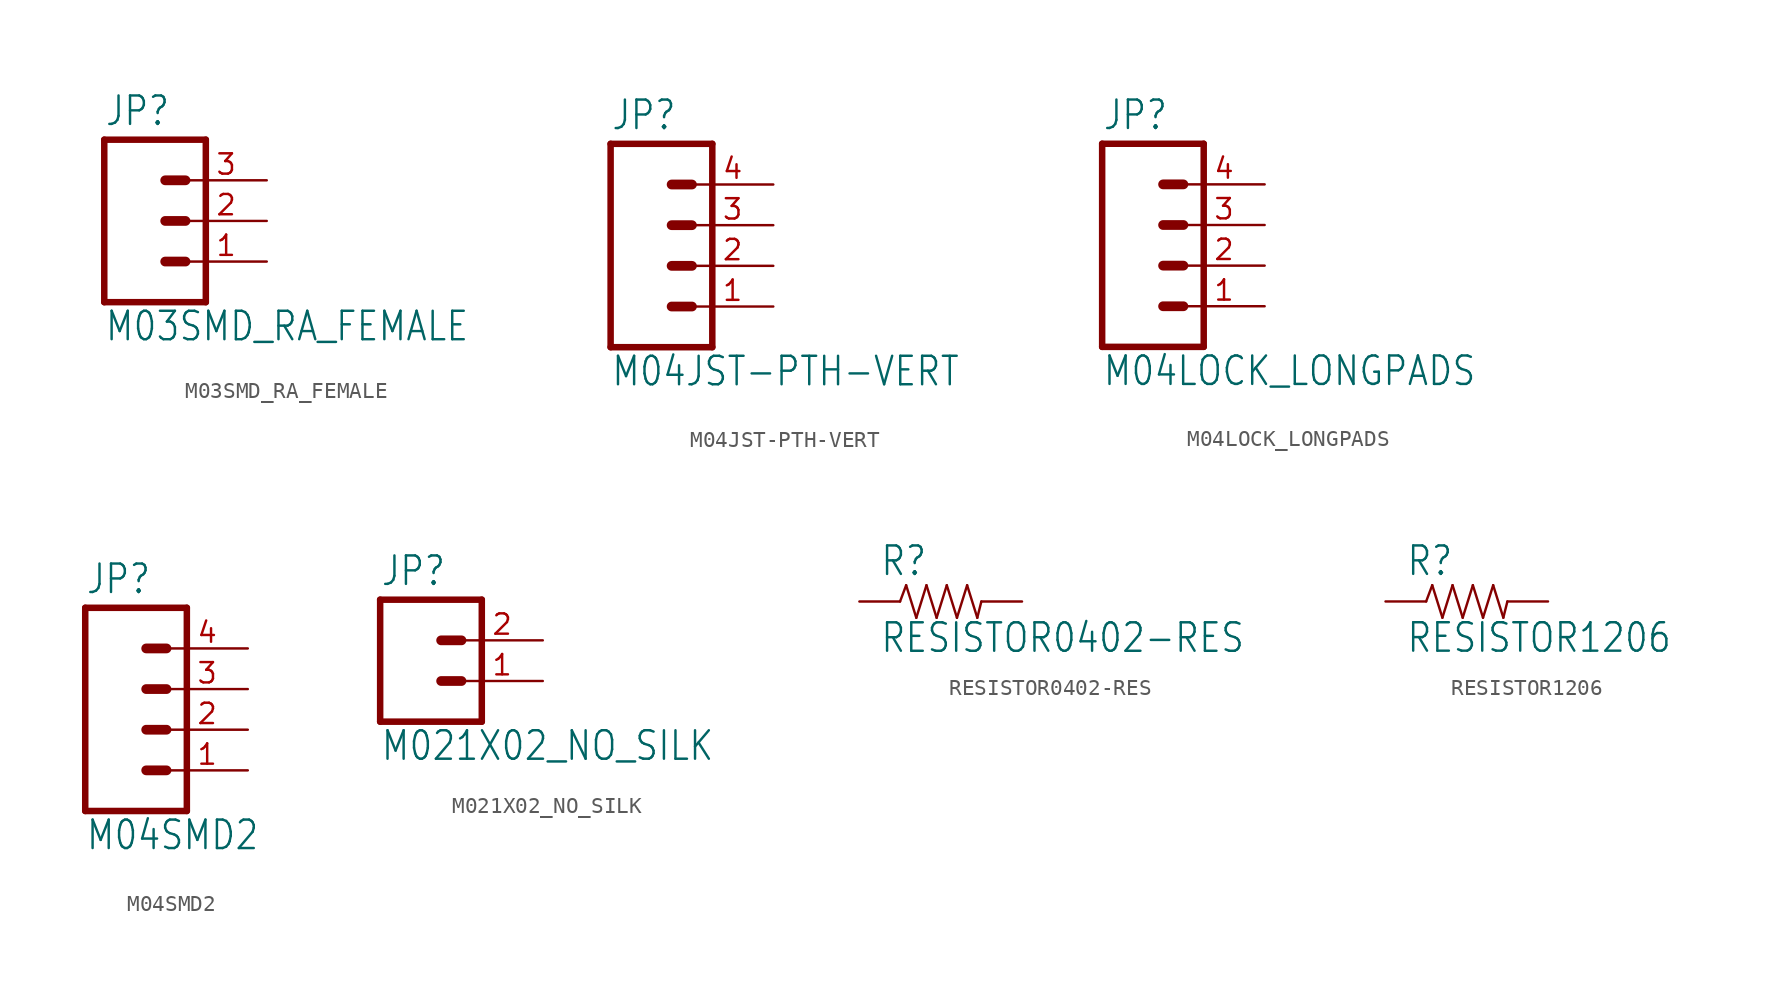
<source format=kicad_sym>
(kicad_symbol_lib
  (version 20211014)
  (generator kicad_symbol_editor)
  (symbol "M03SMD_RA_FEMALE"
    (property "Reference" "JP"
      (at -2.54 5.842 0)
      (effects (font (size 1.778 1.511)) (justify left bottom)))
    (property "Value" "M03SMD_RA_FEMALE"
      (at -2.54 -7.62 0)
      (effects (font (size 1.778 1.511)) (justify left bottom)))
    (property "ki_locked" ""
      (at 0 0 0)
      (effects (font (size 1.27 1.27))))
    (symbol "M03SMD_RA_FEMALE_1_0"
      (polyline (pts (xy -2.54 5.08) (xy -2.54 -5.08)) (stroke (width 0.406) (type default) (color 0 0 0 0)) (fill (type none)))
      (polyline (pts (xy -2.54 5.08) (xy 3.81 5.08)) (stroke (width 0.406) (type default) (color 0 0 0 0)) (fill (type none)))
      (polyline (pts (xy 1.27 -2.54) (xy 2.54 -2.54)) (stroke (width 0.61) (type default) (color 0 0 0 0)) (fill (type none)))
      (polyline (pts (xy 1.27 0) (xy 2.54 0)) (stroke (width 0.61) (type default) (color 0 0 0 0)) (fill (type none)))
      (polyline (pts (xy 1.27 2.54) (xy 2.54 2.54)) (stroke (width 0.61) (type default) (color 0 0 0 0)) (fill (type none)))
      (polyline (pts (xy 3.81 -5.08) (xy -2.54 -5.08)) (stroke (width 0.406) (type default) (color 0 0 0 0)) (fill (type none)))
      (polyline (pts (xy 3.81 -5.08) (xy 3.81 5.08)) (stroke (width 0.406) (type default) (color 0 0 0 0)) (fill (type none)))
      (pin passive line (at 7.62 -2.54 180) (length 5.08) (name "1" (effects (font (size 0 0)))) (number "1" (effects (font (size 1.27 1.27)))))
      (pin passive line (at 7.62 0 180) (length 5.08) (name "2" (effects (font (size 0 0)))) (number "2" (effects (font (size 1.27 1.27)))))
      (pin passive line (at 7.62 2.54 180) (length 5.08) (name "3" (effects (font (size 0 0)))) (number "3" (effects (font (size 1.27 1.27)))))))
  (symbol "M04JST-PTH-VERT"
    (property "Reference" "JP"
      (at -5.08 8.382 0)
      (effects (font (size 1.778 1.511)) (justify left bottom)))
    (property "Value" "M04JST-PTH-VERT"
      (at -5.08 -7.62 0)
      (effects (font (size 1.778 1.511)) (justify left bottom)))
    (property "ki_locked" ""
      (at 0 0 0)
      (effects (font (size 1.27 1.27))))
    (symbol "M04JST-PTH-VERT_1_0"
      (polyline (pts (xy -5.08 7.62) (xy -5.08 -5.08)) (stroke (width 0.406) (type default) (color 0 0 0 0)) (fill (type none)))
      (polyline (pts (xy -5.08 7.62) (xy 1.27 7.62)) (stroke (width 0.406) (type default) (color 0 0 0 0)) (fill (type none)))
      (polyline (pts (xy -1.27 -2.54) (xy 0 -2.54)) (stroke (width 0.61) (type default) (color 0 0 0 0)) (fill (type none)))
      (polyline (pts (xy -1.27 0) (xy 0 0)) (stroke (width 0.61) (type default) (color 0 0 0 0)) (fill (type none)))
      (polyline (pts (xy -1.27 2.54) (xy 0 2.54)) (stroke (width 0.61) (type default) (color 0 0 0 0)) (fill (type none)))
      (polyline (pts (xy -1.27 5.08) (xy 0 5.08)) (stroke (width 0.61) (type default) (color 0 0 0 0)) (fill (type none)))
      (polyline (pts (xy 1.27 -5.08) (xy -5.08 -5.08)) (stroke (width 0.406) (type default) (color 0 0 0 0)) (fill (type none)))
      (polyline (pts (xy 1.27 -5.08) (xy 1.27 7.62)) (stroke (width 0.406) (type default) (color 0 0 0 0)) (fill (type none)))
      (pin passive line (at 5.08 -2.54 180) (length 5.08) (name "1" (effects (font (size 0 0)))) (number "1" (effects (font (size 1.27 1.27)))))
      (pin passive line (at 5.08 0 180) (length 5.08) (name "2" (effects (font (size 0 0)))) (number "2" (effects (font (size 1.27 1.27)))))
      (pin passive line (at 5.08 2.54 180) (length 5.08) (name "3" (effects (font (size 0 0)))) (number "3" (effects (font (size 1.27 1.27)))))
      (pin passive line (at 5.08 5.08 180) (length 5.08) (name "4" (effects (font (size 0 0)))) (number "4" (effects (font (size 1.27 1.27)))))))
  (symbol "M04LOCK_LONGPADS"
    (property "Reference" "JP"
      (at -5.08 8.382 0)
      (effects (font (size 1.778 1.511)) (justify left bottom)))
    (property "Value" "M04LOCK_LONGPADS"
      (at -5.08 -7.62 0)
      (effects (font (size 1.778 1.511)) (justify left bottom)))
    (property "ki_locked" ""
      (at 0 0 0)
      (effects (font (size 1.27 1.27))))
    (symbol "M04LOCK_LONGPADS_1_0"
      (polyline (pts (xy -5.08 7.62) (xy -5.08 -5.08)) (stroke (width 0.406) (type default) (color 0 0 0 0)) (fill (type none)))
      (polyline (pts (xy -5.08 7.62) (xy 1.27 7.62)) (stroke (width 0.406) (type default) (color 0 0 0 0)) (fill (type none)))
      (polyline (pts (xy -1.27 -2.54) (xy 0 -2.54)) (stroke (width 0.61) (type default) (color 0 0 0 0)) (fill (type none)))
      (polyline (pts (xy -1.27 0) (xy 0 0)) (stroke (width 0.61) (type default) (color 0 0 0 0)) (fill (type none)))
      (polyline (pts (xy -1.27 2.54) (xy 0 2.54)) (stroke (width 0.61) (type default) (color 0 0 0 0)) (fill (type none)))
      (polyline (pts (xy -1.27 5.08) (xy 0 5.08)) (stroke (width 0.61) (type default) (color 0 0 0 0)) (fill (type none)))
      (polyline (pts (xy 1.27 -5.08) (xy -5.08 -5.08)) (stroke (width 0.406) (type default) (color 0 0 0 0)) (fill (type none)))
      (polyline (pts (xy 1.27 -5.08) (xy 1.27 7.62)) (stroke (width 0.406) (type default) (color 0 0 0 0)) (fill (type none)))
      (pin passive line (at 5.08 -2.54 180) (length 5.08) (name "1" (effects (font (size 0 0)))) (number "1" (effects (font (size 1.27 1.27)))))
      (pin passive line (at 5.08 0 180) (length 5.08) (name "2" (effects (font (size 0 0)))) (number "2" (effects (font (size 1.27 1.27)))))
      (pin passive line (at 5.08 2.54 180) (length 5.08) (name "3" (effects (font (size 0 0)))) (number "3" (effects (font (size 1.27 1.27)))))
      (pin passive line (at 5.08 5.08 180) (length 5.08) (name "4" (effects (font (size 0 0)))) (number "4" (effects (font (size 1.27 1.27)))))))
  (symbol "M04SMD2"
    (property "Reference" "JP"
      (at -5.08 8.382 0)
      (effects (font (size 1.778 1.511)) (justify left bottom)))
    (property "Value" "M04SMD2"
      (at -5.08 -7.62 0)
      (effects (font (size 1.778 1.511)) (justify left bottom)))
    (property "ki_locked" ""
      (at 0 0 0)
      (effects (font (size 1.27 1.27))))
    (symbol "M04SMD2_1_0"
      (polyline (pts (xy -5.08 7.62) (xy -5.08 -5.08)) (stroke (width 0.406) (type default) (color 0 0 0 0)) (fill (type none)))
      (polyline (pts (xy -5.08 7.62) (xy 1.27 7.62)) (stroke (width 0.406) (type default) (color 0 0 0 0)) (fill (type none)))
      (polyline (pts (xy -1.27 -2.54) (xy 0 -2.54)) (stroke (width 0.61) (type default) (color 0 0 0 0)) (fill (type none)))
      (polyline (pts (xy -1.27 0) (xy 0 0)) (stroke (width 0.61) (type default) (color 0 0 0 0)) (fill (type none)))
      (polyline (pts (xy -1.27 2.54) (xy 0 2.54)) (stroke (width 0.61) (type default) (color 0 0 0 0)) (fill (type none)))
      (polyline (pts (xy -1.27 5.08) (xy 0 5.08)) (stroke (width 0.61) (type default) (color 0 0 0 0)) (fill (type none)))
      (polyline (pts (xy 1.27 -5.08) (xy -5.08 -5.08)) (stroke (width 0.406) (type default) (color 0 0 0 0)) (fill (type none)))
      (polyline (pts (xy 1.27 -5.08) (xy 1.27 7.62)) (stroke (width 0.406) (type default) (color 0 0 0 0)) (fill (type none)))
      (pin passive line (at 5.08 -2.54 180) (length 5.08) (name "1" (effects (font (size 0 0)))) (number "1" (effects (font (size 1.27 1.27)))))
      (pin passive line (at 5.08 0 180) (length 5.08) (name "2" (effects (font (size 0 0)))) (number "2" (effects (font (size 1.27 1.27)))))
      (pin passive line (at 5.08 2.54 180) (length 5.08) (name "3" (effects (font (size 0 0)))) (number "3" (effects (font (size 1.27 1.27)))))
      (pin passive line (at 5.08 5.08 180) (length 5.08) (name "4" (effects (font (size 0 0)))) (number "4" (effects (font (size 1.27 1.27)))))))
  (symbol "M021X02_NO_SILK"
    (property "Reference" "JP"
      (at -2.54 5.842 0)
      (effects (font (size 1.778 1.511)) (justify left bottom)))
    (property "Value" "M021X02_NO_SILK"
      (at -2.54 -5.08 0)
      (effects (font (size 1.778 1.511)) (justify left bottom)))
    (property "ki_locked" ""
      (at 0 0 0)
      (effects (font (size 1.27 1.27))))
    (symbol "M021X02_NO_SILK_1_0"
      (polyline (pts (xy -2.54 5.08) (xy -2.54 -2.54)) (stroke (width 0.406) (type default) (color 0 0 0 0)) (fill (type none)))
      (polyline (pts (xy -2.54 5.08) (xy 3.81 5.08)) (stroke (width 0.406) (type default) (color 0 0 0 0)) (fill (type none)))
      (polyline (pts (xy 1.27 0) (xy 2.54 0)) (stroke (width 0.61) (type default) (color 0 0 0 0)) (fill (type none)))
      (polyline (pts (xy 1.27 2.54) (xy 2.54 2.54)) (stroke (width 0.61) (type default) (color 0 0 0 0)) (fill (type none)))
      (polyline (pts (xy 3.81 -2.54) (xy -2.54 -2.54)) (stroke (width 0.406) (type default) (color 0 0 0 0)) (fill (type none)))
      (polyline (pts (xy 3.81 -2.54) (xy 3.81 5.08)) (stroke (width 0.406) (type default) (color 0 0 0 0)) (fill (type none)))
      (pin passive line (at 7.62 0 180) (length 5.08) (name "1" (effects (font (size 0 0)))) (number "1" (effects (font (size 1.27 1.27)))))
      (pin passive line (at 7.62 2.54 180) (length 5.08) (name "2" (effects (font (size 0 0)))) (number "2" (effects (font (size 1.27 1.27)))))))
  (symbol "RESISTOR0402-RES"
    (property "Reference" "R"
      (at -3.81 1.499 0)
      (effects (font (size 1.778 1.511)) (justify left bottom)))
    (property "Value" "RESISTOR0402-RES"
      (at -3.81 -3.302 0)
      (effects (font (size 1.778 1.511)) (justify left bottom)))
    (property "ki_locked" ""
      (at 0 0 0)
      (effects (font (size 1.27 1.27))))
    (symbol "RESISTOR0402-RES_1_0"
      (polyline (pts (xy -2.54 0) (xy -2.159 1.016)) (stroke (width 0.152) (type default) (color 0 0 0 0)) (fill (type none)))
      (polyline (pts (xy -2.159 1.016) (xy -1.524 -1.016)) (stroke (width 0.152) (type default) (color 0 0 0 0)) (fill (type none)))
      (polyline (pts (xy -1.524 -1.016) (xy -0.889 1.016)) (stroke (width 0.152) (type default) (color 0 0 0 0)) (fill (type none)))
      (polyline (pts (xy -0.889 1.016) (xy -0.254 -1.016)) (stroke (width 0.152) (type default) (color 0 0 0 0)) (fill (type none)))
      (polyline (pts (xy -0.254 -1.016) (xy 0.381 1.016)) (stroke (width 0.152) (type default) (color 0 0 0 0)) (fill (type none)))
      (polyline (pts (xy 0.381 1.016) (xy 1.016 -1.016)) (stroke (width 0.152) (type default) (color 0 0 0 0)) (fill (type none)))
      (polyline (pts (xy 1.016 -1.016) (xy 1.651 1.016)) (stroke (width 0.152) (type default) (color 0 0 0 0)) (fill (type none)))
      (polyline (pts (xy 1.651 1.016) (xy 2.286 -1.016)) (stroke (width 0.152) (type default) (color 0 0 0 0)) (fill (type none)))
      (polyline (pts (xy 2.286 -1.016) (xy 2.54 0)) (stroke (width 0.152) (type default) (color 0 0 0 0)) (fill (type none)))
      (pin passive line (at -5.08 0 0) (length 2.54) (name "1" (effects (font (size 0 0)))) (number "1" (effects (font (size 0 0)))))
      (pin passive line (at 5.08 0 180) (length 2.54) (name "2" (effects (font (size 0 0)))) (number "2" (effects (font (size 0 0)))))))
  (symbol "RESISTOR1206"
    (property "Reference" "R"
      (at -3.81 1.499 0)
      (effects (font (size 1.778 1.511)) (justify left bottom)))
    (property "Value" "RESISTOR1206"
      (at -3.81 -3.302 0)
      (effects (font (size 1.778 1.511)) (justify left bottom)))
    (property "ki_locked" ""
      (at 0 0 0)
      (effects (font (size 1.27 1.27))))
    (symbol "RESISTOR1206_1_0"
      (polyline (pts (xy -2.54 0) (xy -2.159 1.016)) (stroke (width 0.152) (type default) (color 0 0 0 0)) (fill (type none)))
      (polyline (pts (xy -2.159 1.016) (xy -1.524 -1.016)) (stroke (width 0.152) (type default) (color 0 0 0 0)) (fill (type none)))
      (polyline (pts (xy -1.524 -1.016) (xy -0.889 1.016)) (stroke (width 0.152) (type default) (color 0 0 0 0)) (fill (type none)))
      (polyline (pts (xy -0.889 1.016) (xy -0.254 -1.016)) (stroke (width 0.152) (type default) (color 0 0 0 0)) (fill (type none)))
      (polyline (pts (xy -0.254 -1.016) (xy 0.381 1.016)) (stroke (width 0.152) (type default) (color 0 0 0 0)) (fill (type none)))
      (polyline (pts (xy 0.381 1.016) (xy 1.016 -1.016)) (stroke (width 0.152) (type default) (color 0 0 0 0)) (fill (type none)))
      (polyline (pts (xy 1.016 -1.016) (xy 1.651 1.016)) (stroke (width 0.152) (type default) (color 0 0 0 0)) (fill (type none)))
      (polyline (pts (xy 1.651 1.016) (xy 2.286 -1.016)) (stroke (width 0.152) (type default) (color 0 0 0 0)) (fill (type none)))
      (polyline (pts (xy 2.286 -1.016) (xy 2.54 0)) (stroke (width 0.152) (type default) (color 0 0 0 0)) (fill (type none)))
      (pin passive line (at -5.08 0 0) (length 2.54) (name "1" (effects (font (size 0 0)))) (number "1" (effects (font (size 0 0)))))
      (pin passive line (at 5.08 0 180) (length 2.54) (name "2" (effects (font (size 0 0)))) (number "2" (effects (font (size 0 0))))))))
</source>
